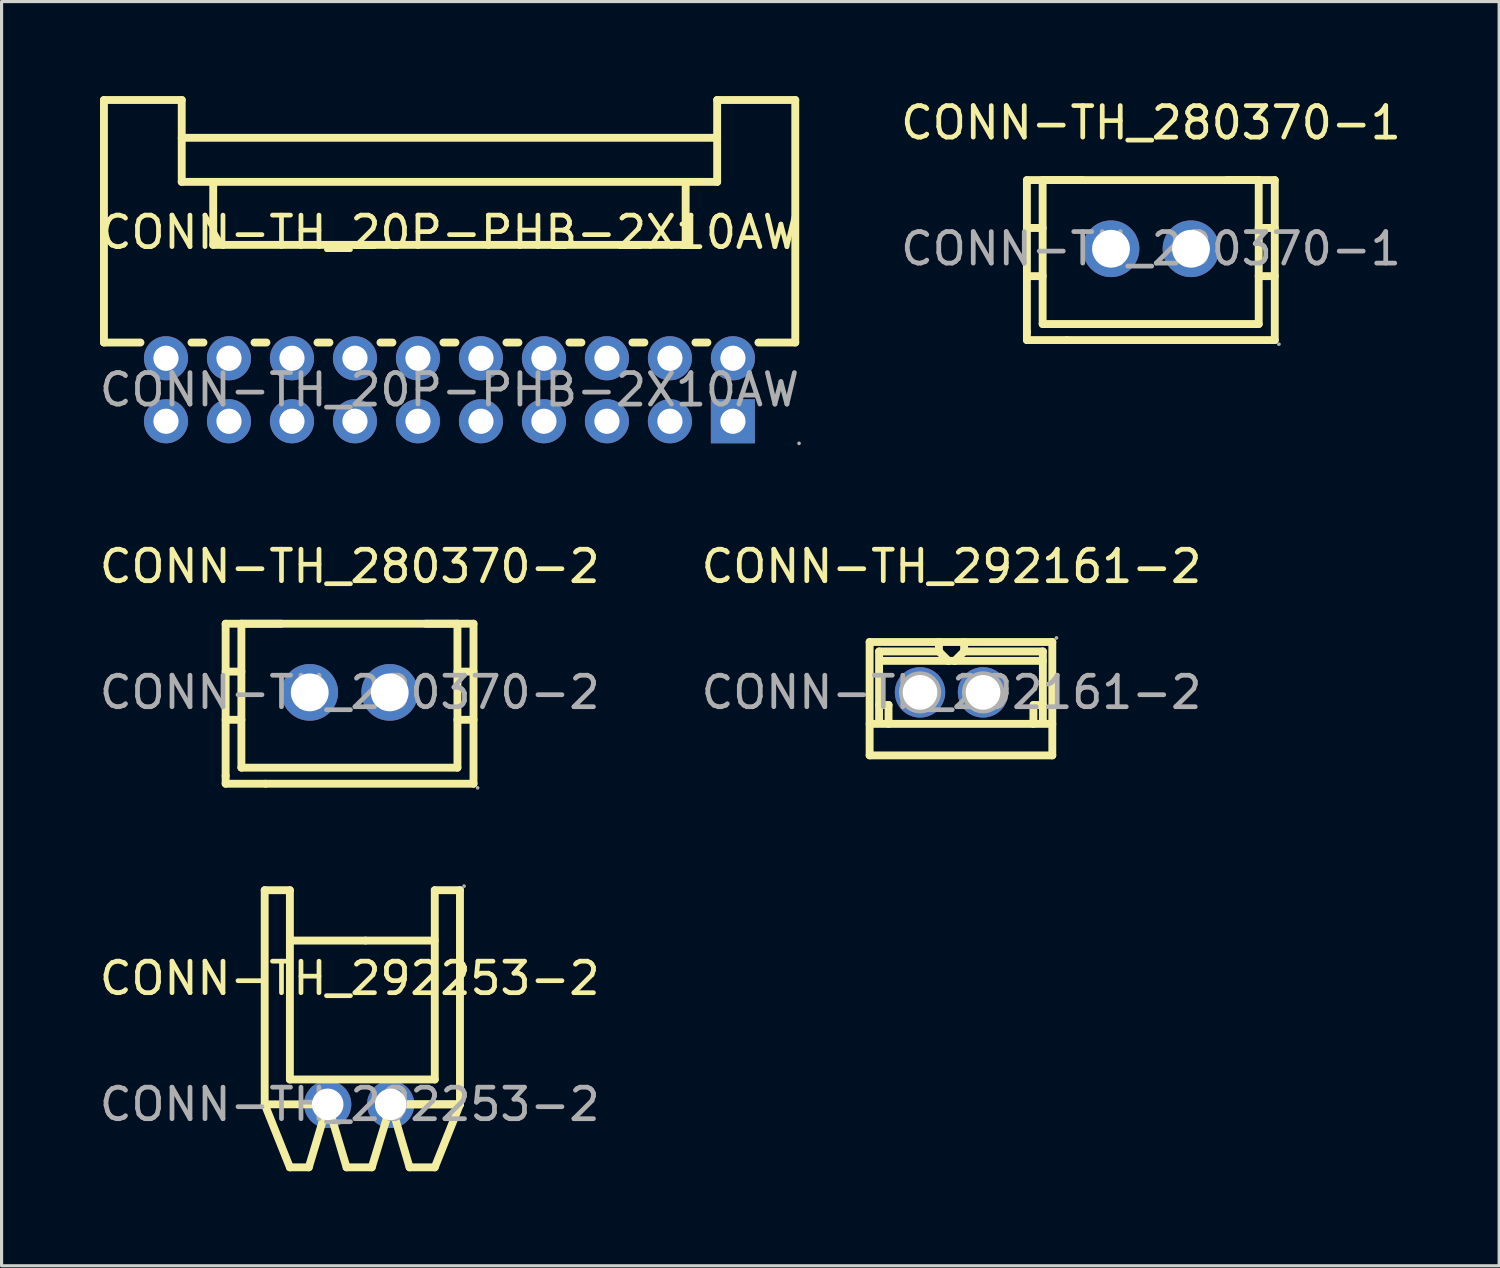
<source format=kicad_pcb>
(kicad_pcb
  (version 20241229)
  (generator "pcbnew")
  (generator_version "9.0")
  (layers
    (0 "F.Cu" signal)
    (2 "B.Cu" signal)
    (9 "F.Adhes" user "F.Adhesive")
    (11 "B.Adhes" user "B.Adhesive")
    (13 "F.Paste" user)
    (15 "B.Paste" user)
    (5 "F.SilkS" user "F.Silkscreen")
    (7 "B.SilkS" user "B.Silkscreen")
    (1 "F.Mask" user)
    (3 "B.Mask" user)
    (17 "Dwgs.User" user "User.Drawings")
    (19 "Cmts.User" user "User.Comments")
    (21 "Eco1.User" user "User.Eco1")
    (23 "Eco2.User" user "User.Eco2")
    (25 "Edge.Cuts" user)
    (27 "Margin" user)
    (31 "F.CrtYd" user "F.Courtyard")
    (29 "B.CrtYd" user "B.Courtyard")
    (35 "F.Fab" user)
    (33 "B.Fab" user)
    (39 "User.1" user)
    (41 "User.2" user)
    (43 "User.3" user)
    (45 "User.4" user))
  (footprint "CONN-TH_292161-2"
    (layer "F.Cu")
    (at 27.161 18.933)
    (property "Reference" "CONN-TH_292161-2" (at 0 -4 0) (layer "F.SilkS") (effects (font (size 1 1) (thickness 0.15))))
    (attr through_hole)
    (fp_line (start -2.6 -1.6) (end -2.6 2) (stroke (width 0.25) (type solid)) (layer "F.SilkS"))
    (fp_line (start -2.6 1) (end 3.2 1) (stroke (width 0.25) (type solid)) (layer "F.SilkS"))
    (fp_line (start -2.3 -1.3) (end -2.3 0.9) (stroke (width 0.25) (type solid)) (layer "F.SilkS"))
    (fp_line (start -2.3 0.4) (end -2 0.4) (stroke (width 0.25) (type solid)) (layer "F.SilkS"))
    (fp_line (start -2 0.4) (end -2 1) (stroke (width 0.25) (type solid)) (layer "F.SilkS"))
    (fp_line (start -0.4 -1.6) (end -2.6 -1.6) (stroke (width 0.25) (type solid)) (layer "F.SilkS"))
    (fp_line (start -0.4 -1.6) (end -0.4 -1.3) (stroke (width 0.25) (type solid)) (layer "F.SilkS"))
    (fp_line (start -0.4 -1.6) (end 0.4 -1.6) (stroke (width 0.25) (type solid)) (layer "F.SilkS"))
    (fp_line (start -0.4 -1.3) (end -2.3 -1.3) (stroke (width 0.25) (type solid)) (layer "F.SilkS"))
    (fp_line (start -0.4 -1.3) (end -0.1 -1) (stroke (width 0.25) (type solid)) (layer "F.SilkS"))
    (fp_line (start -0.1 -1) (end -2.2 -1) (stroke (width 0.25) (type solid)) (layer "F.SilkS"))
    (fp_line (start -0.1 -1) (end 0.1 -1) (stroke (width 0.25) (type solid)) (layer "F.SilkS"))
    (fp_line (start 0.1 -1) (end 0.4 -1.3) (stroke (width 0.25) (type solid)) (layer "F.SilkS"))
    (fp_line (start 0.1 -1) (end 2.9 -1) (stroke (width 0.25) (type solid)) (layer "F.SilkS"))
    (fp_line (start 0.4 -1.6) (end 3.2 -1.6) (stroke (width 0.25) (type solid)) (layer "F.SilkS"))
    (fp_line (start 0.4 -1.3) (end 0.4 -1.6) (stroke (width 0.25) (type solid)) (layer "F.SilkS"))
    (fp_line (start 0.4 -1.3) (end 2.9 -1.3) (stroke (width 0.25) (type solid)) (layer "F.SilkS"))
    (fp_line (start 2.6 0.4) (end 2.6 1) (stroke (width 0.25) (type solid)) (layer "F.SilkS"))
    (fp_line (start 2.9 -1.3) (end 2.9 0.9) (stroke (width 0.25) (type solid)) (layer "F.SilkS"))
    (fp_line (start 2.9 0.4) (end 2.6 0.4) (stroke (width 0.25) (type solid)) (layer "F.SilkS"))
    (fp_line (start 3.2 -1.6) (end 3.2 2) (stroke (width 0.25) (type solid)) (layer "F.SilkS"))
    (fp_line (start 3.2 2) (end -2.6 2) (stroke (width 0.25) (type solid)) (layer "F.SilkS"))
    (fp_circle (center -1 0) (end -0.78 0) (stroke (width 0.45) (type solid)) (fill no) (layer "F.Fab"))
    (fp_circle (center 1 0) (end 1.22 0) (stroke (width 0.45) (type solid)) (fill no) (layer "F.Fab"))
    (fp_circle (center 3.33 -1.73) (end 3.36 -1.73) (stroke (width 0.06) (type solid)) (fill no) (layer "F.Fab"))
    (fp_text user "${REFERENCE}" (at 0 0 0) (layer "F.Fab") (effects (font (size 1 1) (thickness 0.15))))
    (pad "1" thru_hole circle (at 1 0) (size 1.6 1.6) (drill 1.1) (layers "*.Cu" "*.Paste" "*.Mask"))
    (pad "2" thru_hole circle (at -1 0) (size 1.6 1.6) (drill 1.1) (layers "*.Cu" "*.Paste" "*.Mask")))
  (footprint "CONN-TH_292253-2"
    (layer "F.Cu")
    (at 8.054 32.013)
    (property "Reference" "CONN-TH_292253-2" (at 0 -4 0) (layer "F.SilkS") (effects (font (size 1 1) (thickness 0.15))))
    (attr through_hole)
    (fp_line (start -2.7 -6.8) (end -2.7 0) (stroke (width 0.25) (type solid)) (layer "F.SilkS"))
    (fp_line (start -2.7 0) (end -1.9 2) (stroke (width 0.25) (type solid)) (layer "F.SilkS"))
    (fp_line (start -2.7 0) (end -0.7 0) (stroke (width 0.25) (type solid)) (layer "F.SilkS"))
    (fp_line (start -1.9 -6.8) (end -2.7 -6.8) (stroke (width 0.25) (type solid)) (layer "F.SilkS"))
    (fp_line (start -1.9 -5.2) (end 0.5 -5.2) (stroke (width 0.25) (type solid)) (layer "F.SilkS"))
    (fp_line (start -1.9 -0.79) (end -1.9 -6.8) (stroke (width 0.25) (type solid)) (layer "F.SilkS"))
    (fp_line (start -1.9 2) (end -1.3 2) (stroke (width 0.25) (type solid)) (layer "F.SilkS"))
    (fp_line (start -1.3 2) (end -0.7 0) (stroke (width 0.25) (type solid)) (layer "F.SilkS"))
    (fp_line (start -0.7 0) (end -0.1 2) (stroke (width 0.25) (type solid)) (layer "F.SilkS"))
    (fp_line (start -0.1 2) (end 0.7 2) (stroke (width 0.25) (type solid)) (layer "F.SilkS"))
    (fp_line (start 0.7 2) (end 1.31 0) (stroke (width 0.25) (type solid)) (layer "F.SilkS"))
    (fp_line (start 1.3 0) (end 3.5 0) (stroke (width 0.25) (type solid)) (layer "F.SilkS"))
    (fp_line (start 1.31 0) (end 1.9 2) (stroke (width 0.25) (type solid)) (layer "F.SilkS"))
    (fp_line (start 1.31 0) (end 3.5 0) (stroke (width 0.25) (type solid)) (layer "F.SilkS"))
    (fp_line (start 1.9 2) (end 2.7 2) (stroke (width 0.25) (type solid)) (layer "F.SilkS"))
    (fp_line (start 2.7 -6.8) (end 2.7 -0.79) (stroke (width 0.25) (type solid)) (layer "F.SilkS"))
    (fp_line (start 2.7 -5.2) (end 0.5 -5.2) (stroke (width 0.25) (type solid)) (layer "F.SilkS"))
    (fp_line (start 2.7 -0.79) (end -1.9 -0.79) (stroke (width 0.25) (type solid)) (layer "F.SilkS"))
    (fp_line (start 2.7 2) (end 3.5 0) (stroke (width 0.25) (type solid)) (layer "F.SilkS"))
    (fp_line (start 3.5 -6.8) (end 2.7 -6.8) (stroke (width 0.25) (type solid)) (layer "F.SilkS"))
    (fp_line (start 3.5 0) (end 3.5 -6.8) (stroke (width 0.25) (type solid)) (layer "F.SilkS"))
    (fp_circle (center -0.7 0) (end -0.5 0) (stroke (width 0.4) (type solid)) (fill no) (layer "F.Fab"))
    (fp_circle (center 1.3 0) (end 1.5 0) (stroke (width 0.4) (type solid)) (fill no) (layer "F.Fab"))
    (fp_circle (center 3.63 -6.93) (end 3.66 -6.93) (stroke (width 0.06) (type solid)) (fill no) (layer "F.Fab"))
    (fp_text user "${REFERENCE}" (at 0 0 0) (layer "F.Fab") (effects (font (size 1 1) (thickness 0.15))))
    (pad "1" thru_hole circle (at 1.3 0 180) (size 1.5 1.5) (drill 1) (layers "*.Cu" "*.Paste" "*.Mask"))
    (pad "2" thru_hole circle (at -0.7 0 180) (size 1.5 1.5) (drill 1) (layers "*.Cu" "*.Paste" "*.Mask")))
  (footprint "CONN-TH_280370-2"
    (layer "F.Cu")
    (at 8.054 18.933)
    (property "Reference" "CONN-TH_280370-2" (at 0 -4 0) (layer "F.SilkS") (effects (font (size 1 1) (thickness 0.15))))
    (attr through_hole)
    (fp_line (start -3.94 -2.18) (end 3.93 -2.18) (stroke (width 0.25) (type solid)) (layer "F.SilkS"))
    (fp_line (start -3.94 2.65) (end -3.94 -2.18) (stroke (width 0.25) (type solid)) (layer "F.SilkS"))
    (fp_line (start -3.94 2.9) (end -3.94 2.65) (stroke (width 0.25) (type solid)) (layer "F.SilkS"))
    (fp_line (start -3.44 -2.18) (end -2.17 -2.18) (stroke (width 0.25) (type solid)) (layer "F.SilkS"))
    (fp_line (start -3.44 -0.66) (end -3.94 -0.66) (stroke (width 0.25) (type solid)) (layer "F.SilkS"))
    (fp_line (start -3.44 0.87) (end -3.94 0.87) (stroke (width 0.25) (type solid)) (layer "F.SilkS"))
    (fp_line (start -3.44 2.39) (end -3.44 -2.18) (stroke (width 0.25) (type solid)) (layer "F.SilkS"))
    (fp_line (start -2.67 2.9) (end -3.94 2.9) (stroke (width 0.25) (type solid)) (layer "F.SilkS"))
    (fp_line (start 2.41 -2.18) (end 3.42 -2.18) (stroke (width 0.25) (type solid)) (layer "F.SilkS"))
    (fp_line (start 3.42 -2.18) (end 3.42 2.39) (stroke (width 0.25) (type solid)) (layer "F.SilkS"))
    (fp_line (start 3.42 2.39) (end -3.44 2.39) (stroke (width 0.25) (type solid)) (layer "F.SilkS"))
    (fp_line (start 3.93 -2.18) (end 3.93 2.9) (stroke (width 0.25) (type solid)) (layer "F.SilkS"))
    (fp_line (start 3.93 -0.66) (end 3.42 -0.66) (stroke (width 0.25) (type solid)) (layer "F.SilkS"))
    (fp_line (start 3.93 0.87) (end 3.42 0.87) (stroke (width 0.25) (type solid)) (layer "F.SilkS"))
    (fp_line (start 3.93 2.9) (end -2.67 2.9) (stroke (width 0.25) (type solid)) (layer "F.SilkS"))
    (fp_circle (center -1.27 0) (end -1.02 0) (stroke (width 0.5) (type solid)) (fill no) (layer "F.Fab"))
    (fp_circle (center 1.27 0) (end 1.52 0) (stroke (width 0.5) (type solid)) (fill no) (layer "F.Fab"))
    (fp_circle (center 4.06 3.03) (end 4.09 3.03) (stroke (width 0.06) (type solid)) (fill no) (layer "F.Fab"))
    (fp_text user "${REFERENCE}" (at 0 0 0) (layer "F.Fab") (effects (font (size 1 1) (thickness 0.15))))
    (pad "1" thru_hole circle (at 1.27 0 180) (size 1.8 1.8) (drill 1.2) (layers "*.Cu" "*.Paste" "*.Mask"))
    (pad "2" thru_hole circle (at -1.27 0 180) (size 1.8 1.8) (drill 1.2) (layers "*.Cu" "*.Paste" "*.Mask")))
  (footprint "CONN-TH_20P-PHB-2X10AW"
    (layer "F.Cu")
    (at 11.22 9.325)
    (property "Reference" "CONN-TH_20P-PHB-2X10AW" (at 0 -5 0) (layer "F.SilkS") (effects (font (size 1 1) (thickness 0.15))))
    (attr through_hole)
    (fp_line (start -10.97 -1.5) (end -10.97 -9.2) (stroke (width 0.25) (type solid)) (layer "F.SilkS"))
    (fp_line (start -10.97 -1.5) (end -9.81 -1.5) (stroke (width 0.25) (type solid)) (layer "F.SilkS"))
    (fp_line (start -8.5 -9.2) (end -10.97 -9.2) (stroke (width 0.25) (type solid)) (layer "F.SilkS"))
    (fp_line (start -8.5 -9.2) (end -8.5 -6.6) (stroke (width 0.25) (type solid)) (layer "F.SilkS"))
    (fp_line (start -8.5 -8) (end 8.5 -8) (stroke (width 0.25) (type solid)) (layer "F.SilkS"))
    (fp_line (start -8.5 -6.6) (end 8.5 -6.6) (stroke (width 0.25) (type solid)) (layer "F.SilkS"))
    (fp_line (start -8.19 -1.5) (end -7.81 -1.5) (stroke (width 0.25) (type solid)) (layer "F.SilkS"))
    (fp_line (start -7.5 -4.6) (end -7.5 -6.6) (stroke (width 0.25) (type solid)) (layer "F.SilkS"))
    (fp_line (start -7.5 -4.6) (end 7.5 -4.6) (stroke (width 0.25) (type solid)) (layer "F.SilkS"))
    (fp_line (start -6.19 -1.5) (end -5.81 -1.5) (stroke (width 0.25) (type solid)) (layer "F.SilkS"))
    (fp_line (start -4.19 -1.5) (end -3.81 -1.5) (stroke (width 0.25) (type solid)) (layer "F.SilkS"))
    (fp_line (start -2.19 -1.5) (end -1.81 -1.5) (stroke (width 0.25) (type solid)) (layer "F.SilkS"))
    (fp_line (start -0.19 -1.5) (end 0.19 -1.5) (stroke (width 0.25) (type solid)) (layer "F.SilkS"))
    (fp_line (start 1.81 -1.5) (end 2.19 -1.5) (stroke (width 0.25) (type solid)) (layer "F.SilkS"))
    (fp_line (start 3.81 -1.5) (end 4.19 -1.5) (stroke (width 0.25) (type solid)) (layer "F.SilkS"))
    (fp_line (start 5.81 -1.5) (end 6.19 -1.5) (stroke (width 0.25) (type solid)) (layer "F.SilkS"))
    (fp_line (start 7.5 -4.6) (end 7.5 -6.6) (stroke (width 0.25) (type solid)) (layer "F.SilkS"))
    (fp_line (start 7.81 -1.5) (end 8.19 -1.5) (stroke (width 0.25) (type solid)) (layer "F.SilkS"))
    (fp_line (start 8.5 -9.2) (end 8.5 -6.6) (stroke (width 0.25) (type solid)) (layer "F.SilkS"))
    (fp_line (start 8.5 -9.2) (end 10.98 -9.2) (stroke (width 0.25) (type solid)) (layer "F.SilkS"))
    (fp_line (start 9.81 -1.5) (end 10.98 -1.5) (stroke (width 0.25) (type solid)) (layer "F.SilkS"))
    (fp_line (start 10.98 -1.5) (end 10.98 -9.2) (stroke (width 0.25) (type solid)) (layer "F.SilkS"))
    (fp_circle (center -9 -1) (end -8.85 -1) (stroke (width 0.3) (type solid)) (fill no) (layer "F.Fab"))
    (fp_circle (center -9 1) (end -8.85 1) (stroke (width 0.3) (type solid)) (fill no) (layer "F.Fab"))
    (fp_circle (center -7 -1) (end -6.85 -1) (stroke (width 0.3) (type solid)) (fill no) (layer "F.Fab"))
    (fp_circle (center -7 1) (end -6.85 1) (stroke (width 0.3) (type solid)) (fill no) (layer "F.Fab"))
    (fp_circle (center -5 -1) (end -4.85 -1) (stroke (width 0.3) (type solid)) (fill no) (layer "F.Fab"))
    (fp_circle (center -5 1) (end -4.85 1) (stroke (width 0.3) (type solid)) (fill no) (layer "F.Fab"))
    (fp_circle (center -3 -1) (end -2.85 -1) (stroke (width 0.3) (type solid)) (fill no) (layer "F.Fab"))
    (fp_circle (center -3 1) (end -2.85 1) (stroke (width 0.3) (type solid)) (fill no) (layer "F.Fab"))
    (fp_circle (center -1 -1) (end -0.85 -1) (stroke (width 0.3) (type solid)) (fill no) (layer "F.Fab"))
    (fp_circle (center -1 1) (end -0.85 1) (stroke (width 0.3) (type solid)) (fill no) (layer "F.Fab"))
    (fp_circle (center 1 -1) (end 1.15 -1) (stroke (width 0.3) (type solid)) (fill no) (layer "F.Fab"))
    (fp_circle (center 1 1) (end 1.15 1) (stroke (width 0.3) (type solid)) (fill no) (layer "F.Fab"))
    (fp_circle (center 3 -1) (end 3.15 -1) (stroke (width 0.3) (type solid)) (fill no) (layer "F.Fab"))
    (fp_circle (center 3 1) (end 3.15 1) (stroke (width 0.3) (type solid)) (fill no) (layer "F.Fab"))
    (fp_circle (center 5 -1) (end 5.15 -1) (stroke (width 0.3) (type solid)) (fill no) (layer "F.Fab"))
    (fp_circle (center 5 1) (end 5.15 1) (stroke (width 0.3) (type solid)) (fill no) (layer "F.Fab"))
    (fp_circle (center 7 -1) (end 7.15 -1) (stroke (width 0.3) (type solid)) (fill no) (layer "F.Fab"))
    (fp_circle (center 7 1) (end 7.15 1) (stroke (width 0.3) (type solid)) (fill no) (layer "F.Fab"))
    (fp_circle (center 9 -1) (end 9.15 -1) (stroke (width 0.3) (type solid)) (fill no) (layer "F.Fab"))
    (fp_circle (center 9 1) (end 9.15 1) (stroke (width 0.3) (type solid)) (fill no) (layer "F.Fab"))
    (fp_circle (center 11.1 1.7) (end 11.13 1.7) (stroke (width 0.06) (type solid)) (fill no) (layer "F.Fab"))
    (fp_text user "${REFERENCE}" (at 0 0 0) (layer "F.Fab") (effects (font (size 1 1) (thickness 0.15))))
    (pad "1" thru_hole rect (at 9 1 180) (size 1.4 1.4) (drill 0.8) (layers "*.Cu" "*.Paste" "*.Mask"))
    (pad "2" thru_hole circle (at 9 -1 180) (size 1.4 1.4) (drill 0.8) (layers "*.Cu" "*.Paste" "*.Mask"))
    (pad "3" thru_hole circle (at 7 1 180) (size 1.4 1.4) (drill 0.8) (layers "*.Cu" "*.Paste" "*.Mask"))
    (pad "4" thru_hole circle (at 7 -1 180) (size 1.4 1.4) (drill 0.8) (layers "*.Cu" "*.Paste" "*.Mask"))
    (pad "5" thru_hole circle (at 5 1 180) (size 1.4 1.4) (drill 0.8) (layers "*.Cu" "*.Paste" "*.Mask"))
    (pad "6" thru_hole circle (at 5 -1 180) (size 1.4 1.4) (drill 0.8) (layers "*.Cu" "*.Paste" "*.Mask"))
    (pad "7" thru_hole circle (at 3 1 180) (size 1.4 1.4) (drill 0.8) (layers "*.Cu" "*.Paste" "*.Mask"))
    (pad "8" thru_hole circle (at 3 -1 180) (size 1.4 1.4) (drill 0.8) (layers "*.Cu" "*.Paste" "*.Mask"))
    (pad "9" thru_hole circle (at 1 1 180) (size 1.4 1.4) (drill 0.8) (layers "*.Cu" "*.Paste" "*.Mask"))
    (pad "10" thru_hole circle (at 1 -1 180) (size 1.4 1.4) (drill 0.8) (layers "*.Cu" "*.Paste" "*.Mask"))
    (pad "11" thru_hole circle (at -1 1 180) (size 1.4 1.4) (drill 0.8) (layers "*.Cu" "*.Paste" "*.Mask"))
    (pad "12" thru_hole circle (at -1 -1 180) (size 1.4 1.4) (drill 0.8) (layers "*.Cu" "*.Paste" "*.Mask"))
    (pad "13" thru_hole circle (at -3 1 180) (size 1.4 1.4) (drill 0.8) (layers "*.Cu" "*.Paste" "*.Mask"))
    (pad "14" thru_hole circle (at -3 -1 180) (size 1.4 1.4) (drill 0.8) (layers "*.Cu" "*.Paste" "*.Mask"))
    (pad "15" thru_hole circle (at -5 1 180) (size 1.4 1.4) (drill 0.8) (layers "*.Cu" "*.Paste" "*.Mask"))
    (pad "16" thru_hole circle (at -5 -1 180) (size 1.4 1.4) (drill 0.8) (layers "*.Cu" "*.Paste" "*.Mask"))
    (pad "17" thru_hole circle (at -7 1 180) (size 1.4 1.4) (drill 0.8) (layers "*.Cu" "*.Paste" "*.Mask"))
    (pad "18" thru_hole circle (at -7 -1 180) (size 1.4 1.4) (drill 0.8) (layers "*.Cu" "*.Paste" "*.Mask"))
    (pad "19" thru_hole circle (at -9 1 180) (size 1.4 1.4) (drill 0.8) (layers "*.Cu" "*.Paste" "*.Mask"))
    (pad "20" thru_hole circle (at -9 -1 180) (size 1.4 1.4) (drill 0.8) (layers "*.Cu" "*.Paste" "*.Mask")))
  (footprint "CONN-TH_280370-1"
    (layer "F.Cu")
    (at 33.494 4.848)
    (property "Reference" "CONN-TH_280370-1" (at 0 -4 0) (layer "F.SilkS") (effects (font (size 1 1) (thickness 0.15))))
    (attr through_hole)
    (fp_line (start -3.94 -2.18) (end 3.93 -2.18) (stroke (width 0.25) (type solid)) (layer "F.SilkS"))
    (fp_line (start -3.94 2.65) (end -3.94 -2.18) (stroke (width 0.25) (type solid)) (layer "F.SilkS"))
    (fp_line (start -3.94 2.9) (end -3.94 2.65) (stroke (width 0.25) (type solid)) (layer "F.SilkS"))
    (fp_line (start -3.44 -2.18) (end -2.17 -2.18) (stroke (width 0.25) (type solid)) (layer "F.SilkS"))
    (fp_line (start -3.44 -0.66) (end -3.94 -0.66) (stroke (width 0.25) (type solid)) (layer "F.SilkS"))
    (fp_line (start -3.44 0.87) (end -3.94 0.87) (stroke (width 0.25) (type solid)) (layer "F.SilkS"))
    (fp_line (start -3.44 2.39) (end -3.44 -2.18) (stroke (width 0.25) (type solid)) (layer "F.SilkS"))
    (fp_line (start -2.67 2.9) (end -3.94 2.9) (stroke (width 0.25) (type solid)) (layer "F.SilkS"))
    (fp_line (start 2.41 -2.18) (end 3.42 -2.18) (stroke (width 0.25) (type solid)) (layer "F.SilkS"))
    (fp_line (start 3.42 -2.18) (end 3.42 2.39) (stroke (width 0.25) (type solid)) (layer "F.SilkS"))
    (fp_line (start 3.42 2.39) (end -3.44 2.39) (stroke (width 0.25) (type solid)) (layer "F.SilkS"))
    (fp_line (start 3.93 -2.18) (end 3.93 2.9) (stroke (width 0.25) (type solid)) (layer "F.SilkS"))
    (fp_line (start 3.93 -0.66) (end 3.42 -0.66) (stroke (width 0.25) (type solid)) (layer "F.SilkS"))
    (fp_line (start 3.93 0.87) (end 3.42 0.87) (stroke (width 0.25) (type solid)) (layer "F.SilkS"))
    (fp_line (start 3.93 2.9) (end -2.67 2.9) (stroke (width 0.25) (type solid)) (layer "F.SilkS"))
    (fp_circle (center -1.27 0) (end -1.02 0) (stroke (width 0.5) (type solid)) (fill no) (layer "F.Fab"))
    (fp_circle (center 1.27 0) (end 1.52 0) (stroke (width 0.5) (type solid)) (fill no) (layer "F.Fab"))
    (fp_circle (center 4.06 3.03) (end 4.09 3.03) (stroke (width 0.06) (type solid)) (fill no) (layer "F.Fab"))
    (fp_text user "${REFERENCE}" (at 0 0 0) (layer "F.Fab") (effects (font (size 1 1) (thickness 0.15))))
    (pad "1" thru_hole circle (at 1.27 0 180) (size 1.8 1.8) (drill 1.2) (layers "*.Cu" "*.Paste" "*.Mask"))
    (pad "2" thru_hole circle (at -1.27 0 180) (size 1.8 1.8) (drill 1.2) (layers "*.Cu" "*.Paste" "*.Mask")))
  (gr_rect
    (start -3 -3)
    (end 44.548 37.138)
    (stroke (width 0.1) (type default))
    (fill no)
    (layer "Edge.Cuts")))
</source>
